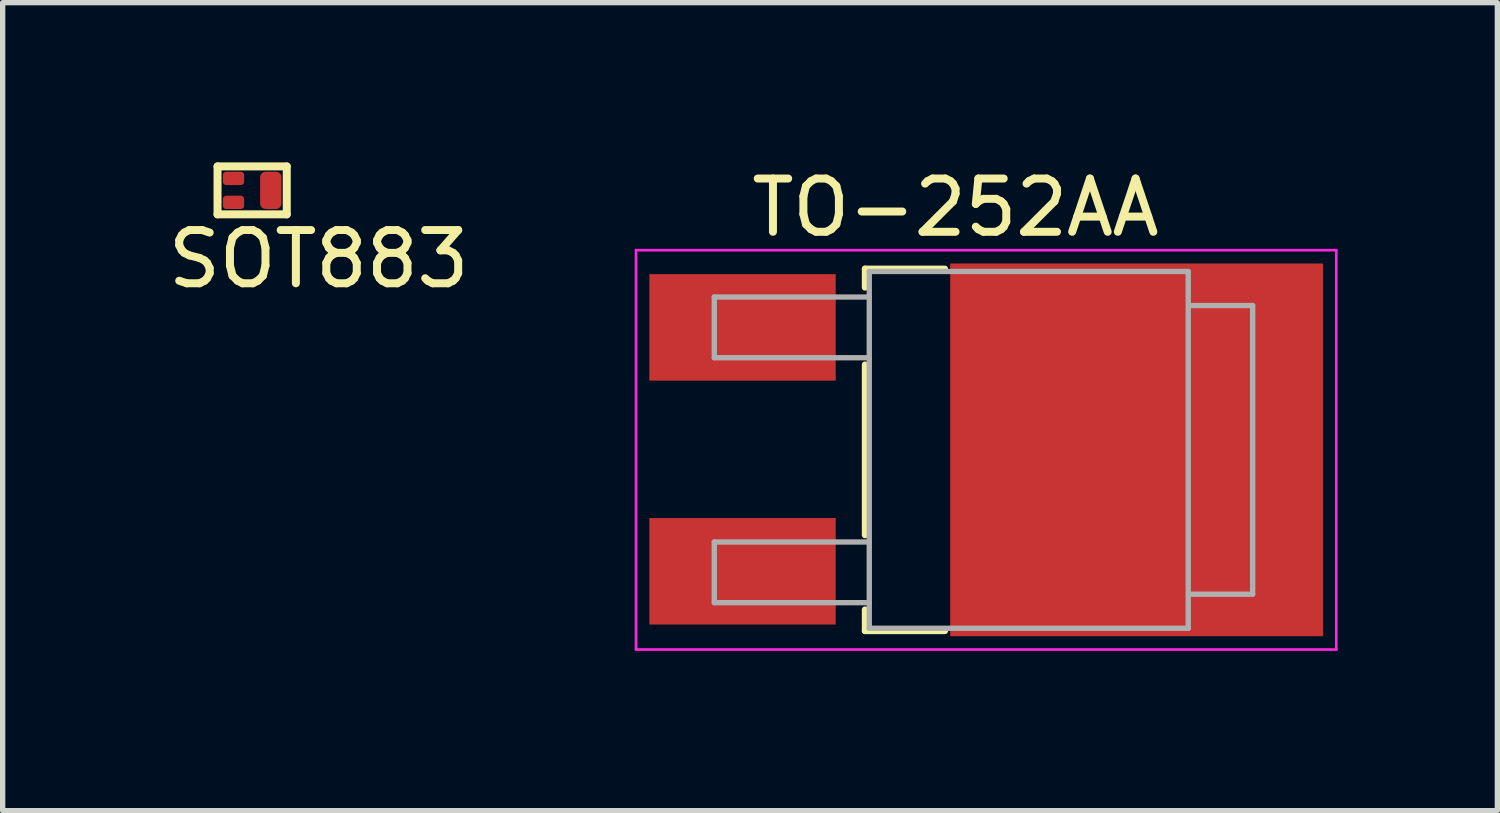
<source format=kicad_pcb>
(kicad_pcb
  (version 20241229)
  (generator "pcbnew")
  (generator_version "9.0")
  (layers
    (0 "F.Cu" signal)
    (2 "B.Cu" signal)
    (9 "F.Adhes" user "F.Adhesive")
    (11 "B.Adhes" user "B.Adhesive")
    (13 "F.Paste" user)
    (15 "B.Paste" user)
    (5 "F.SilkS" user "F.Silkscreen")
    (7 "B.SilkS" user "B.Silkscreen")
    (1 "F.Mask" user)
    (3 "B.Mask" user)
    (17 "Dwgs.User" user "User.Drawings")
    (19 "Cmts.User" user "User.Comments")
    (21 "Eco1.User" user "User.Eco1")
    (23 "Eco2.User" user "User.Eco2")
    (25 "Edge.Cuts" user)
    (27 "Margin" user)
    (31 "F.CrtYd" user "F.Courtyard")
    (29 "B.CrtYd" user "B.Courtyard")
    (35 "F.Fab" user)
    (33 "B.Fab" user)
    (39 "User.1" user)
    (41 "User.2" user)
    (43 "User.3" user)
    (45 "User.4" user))
  (footprint "TO-252AA"
    (layer "F.Cu")
    (at 14.594 5.388)
    (property "Reference" "TO-252AA" (at 0.3 -4.54 0) (layer "F.SilkS") (effects (font (size 1 1) (thickness 0.15))))
    (attr smd)
    (fp_line (start -1.4 -3.39) (end 0.1 -3.39) (stroke (width 0.12) (type solid)) (layer "F.SilkS"))
    (fp_line (start -1.4 -3.04) (end -1.4 -3.39) (stroke (width 0.12) (type solid)) (layer "F.SilkS"))
    (fp_line (start -1.4 1.61) (end -1.4 -1.59) (stroke (width 0.12) (type solid)) (layer "F.SilkS"))
    (fp_line (start -1.4 3.41) (end -1.4 3.01) (stroke (width 0.12) (type solid)) (layer "F.SilkS"))
    (fp_line (start 0.1 3.41) (end -1.4 3.41) (stroke (width 0.12) (type solid)) (layer "F.SilkS"))
    (fp_line (start -5.7 3.76) (end -5.7 -3.74) (stroke (width 0.05) (type solid)) (layer "F.CrtYd"))
    (fp_line (start -5.7 3.76) (end 7.45 3.76) (stroke (width 0.05) (type solid)) (layer "F.CrtYd"))
    (fp_line (start 7.45 -3.74) (end -5.7 -3.74) (stroke (width 0.05) (type solid)) (layer "F.CrtYd"))
    (fp_line (start 7.45 -3.74) (end 7.45 3.76) (stroke (width 0.05) (type solid)) (layer "F.CrtYd"))
    (fp_line (start -4.23 -2.86) (end -4.23 -1.72) (stroke (width 0.1) (type solid)) (layer "F.Fab"))
    (fp_line (start -4.23 -1.72) (end -1.32 -1.72) (stroke (width 0.1) (type solid)) (layer "F.Fab"))
    (fp_line (start -4.23 1.74) (end -4.23 2.88) (stroke (width 0.1) (type solid)) (layer "F.Fab"))
    (fp_line (start -4.23 2.88) (end -1.32 2.88) (stroke (width 0.1) (type solid)) (layer "F.Fab"))
    (fp_line (start -1.32 -2.86) (end -4.23 -2.86) (stroke (width 0.1) (type solid)) (layer "F.Fab"))
    (fp_line (start -1.32 1.74) (end -4.23 1.74) (stroke (width 0.1) (type solid)) (layer "F.Fab"))
    (fp_line (start -1.32 3.36) (end -1.32 -3.34) (stroke (width 0.1) (type solid)) (layer "F.Fab"))
    (fp_line (start -1.32 3.36) (end 4.67 3.36) (stroke (width 0.1) (type solid)) (layer "F.Fab"))
    (fp_line (start 4.67 -3.34) (end -1.32 -3.34) (stroke (width 0.1) (type solid)) (layer "F.Fab"))
    (fp_line (start 4.67 3.36) (end 4.67 -3.34) (stroke (width 0.1) (type solid)) (layer "F.Fab"))
    (fp_line (start 4.68 -2.7) (end 5.88 -2.7) (stroke (width 0.1) (type solid)) (layer "F.Fab"))
    (fp_line (start 5.88 -2.7) (end 5.88 2.72) (stroke (width 0.1) (type solid)) (layer "F.Fab"))
    (fp_line (start 5.88 2.72) (end 4.67 2.72) (stroke (width 0.1) (type solid)) (layer "F.Fab"))
    (pad "1" smd rect (at 3.7 0.01 270) (size 7 7) (layers "F.Cu" "F.Mask" "F.Paste"))
    (pad "2" smd rect (at -3.7 -2.29 270) (size 2 3.5) (layers "F.Cu" "F.Mask" "F.Paste"))
    (pad "2" smd rect (at -3.7 2.29 270) (size 2 3.5) (layers "F.Cu" "F.Mask" "F.Paste")))
  (footprint "SOT883"
    (layer "F.Cu")
    (at 1.685 0.525)
    (property "Reference" "SOT883" (at 1.25 1.29 0) (layer "F.SilkS") (effects (font (size 1 1) (thickness 0.15))))
    (attr through_hole)
    (fp_line (start -0.65 -0.45) (end 0.65 -0.45) (stroke (width 0.15) (type solid)) (layer "F.SilkS"))
    (fp_line (start -0.65 0.45) (end -0.65 -0.45) (stroke (width 0.15) (type solid)) (layer "F.SilkS"))
    (fp_line (start 0.65 -0.45) (end 0.65 0.45) (stroke (width 0.15) (type solid)) (layer "F.SilkS"))
    (fp_line (start 0.65 0.45) (end -0.65 0.45) (stroke (width 0.15) (type solid)) (layer "F.SilkS"))
    (pad "1" smd roundrect (at -0.35 -0.225) (size 0.4 0.25) (layers "F.Cu" "F.Mask" "F.Paste") (roundrect_rratio 0.25))
    (pad "2" smd roundrect (at -0.35 0.225) (size 0.4 0.25) (layers "F.Cu" "F.Mask" "F.Paste") (roundrect_rratio 0.25))
    (pad "3" smd roundrect (at 0.35 0) (size 0.4 0.7) (layers "F.Cu" "F.Mask" "F.Paste") (roundrect_rratio 0.25)))
  (gr_rect
    (start -3 -3)
    (end 25.069 12.173)
    (stroke (width 0.1) (type default))
    (fill no)
    (layer "Edge.Cuts")))
</source>
